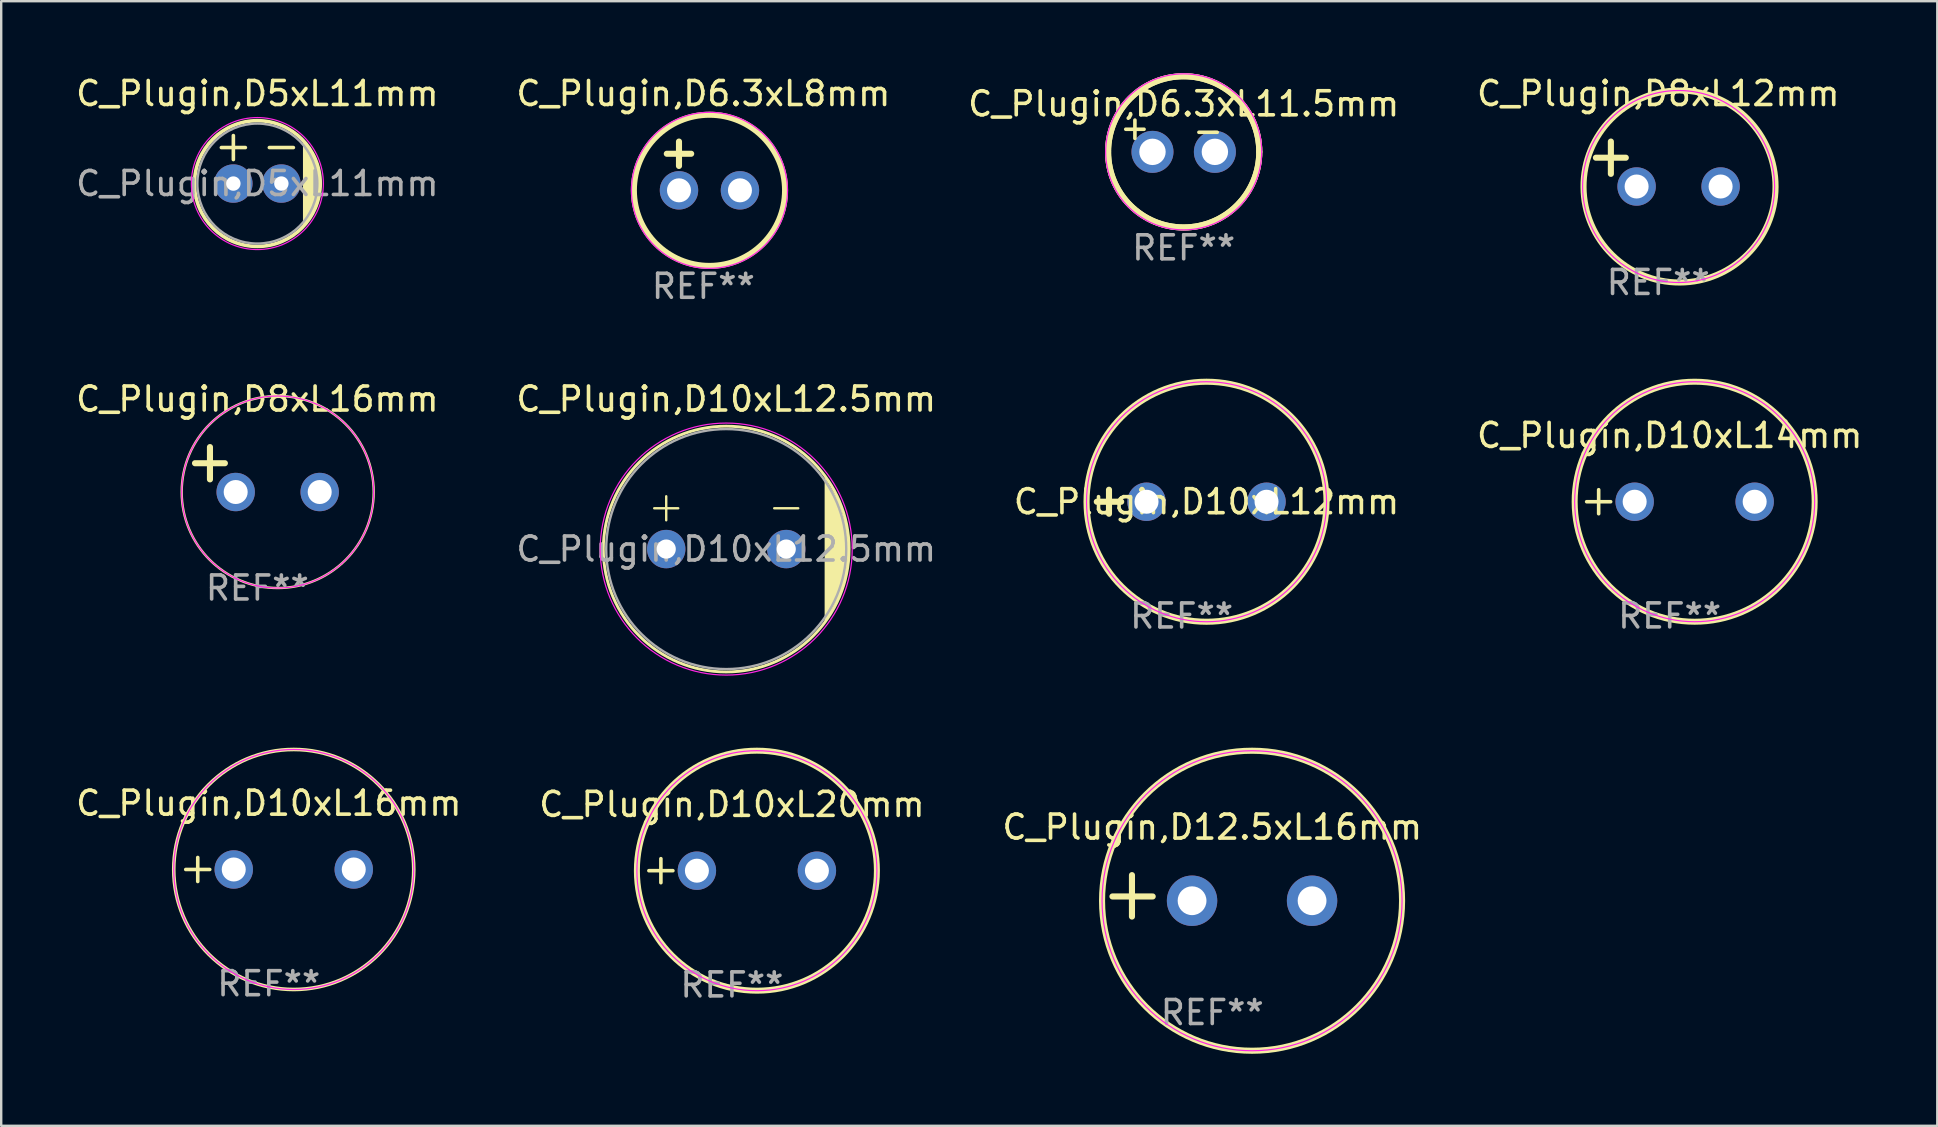
<source format=kicad_pcb>
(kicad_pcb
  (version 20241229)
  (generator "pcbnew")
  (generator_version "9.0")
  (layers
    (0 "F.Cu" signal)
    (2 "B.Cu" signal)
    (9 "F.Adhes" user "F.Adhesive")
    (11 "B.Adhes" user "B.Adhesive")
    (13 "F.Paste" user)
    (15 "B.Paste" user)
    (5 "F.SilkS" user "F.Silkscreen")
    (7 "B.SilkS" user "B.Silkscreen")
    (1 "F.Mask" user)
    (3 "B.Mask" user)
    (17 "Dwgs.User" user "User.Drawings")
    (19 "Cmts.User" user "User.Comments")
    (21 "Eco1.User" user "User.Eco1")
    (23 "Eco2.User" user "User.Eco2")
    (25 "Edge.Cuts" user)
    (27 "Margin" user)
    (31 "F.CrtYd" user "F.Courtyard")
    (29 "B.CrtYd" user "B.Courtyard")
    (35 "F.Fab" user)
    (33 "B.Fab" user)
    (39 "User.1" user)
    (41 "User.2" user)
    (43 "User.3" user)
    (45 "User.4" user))
  (footprint "C_Plugin,D12.5xL16mm"
    (layer "F.Cu")
    (at 49.117 34.479)
    (property "Reference" "C_Plugin,D12.5xL16mm" (at -1.658 -3.067 0) (layer "F.SilkS") (effects (font (size 1 1) (thickness 0.15))))
    (attr through_hole)
    (fp_line (start -5.004 0.66) (end -5.004 -1.067) (stroke (width 0.254) (type solid)) (layer "F.SilkS"))
    (fp_line (start -4.14 -0.178) (end -5.817 -0.178) (stroke (width 0.254) (type solid)) (layer "F.SilkS"))
    (fp_circle (center -0.000127 0) (end 6.25 0) (stroke (width 0.254) (type solid)) (fill no) (layer "F.SilkS"))
    (fp_circle (center 0 0) (end 0 -6.25) (stroke (width 0.05) (type default)) (fill no) (layer "F.CrtYd"))
    (fp_text user "REF**" (at -1.658 4.66 0) (layer "F.Fab") (effects (font (size 1 1) (thickness 0.15))))
    (pad "1" thru_hole circle (at -2.5 0) (size 2.1 2.1) (drill 1.2) (layers "*.Cu" "*.Mask"))
    (pad "2" thru_hole circle (at 2.5 0) (size 2.1 2.1) (drill 1.2) (layers "*.Cu" "*.Mask")))
  (footprint "C_Plugin,D6.3xL8mm"
    (layer "F.Cu")
    (at 26.51 4.88)
    (property "Reference" "C_Plugin,D6.3xL8mm" (at -0.254 -4.032 0) (layer "F.SilkS") (effects (font (size 1 1) (thickness 0.15))))
    (attr through_hole)
    (fp_line (start -1.778 -1.524) (end -0.762 -1.524) (stroke (width 0.254) (type solid)) (layer "F.SilkS"))
    (fp_line (start -1.27 -2.032) (end -1.27 -1.016) (stroke (width 0.254) (type solid)) (layer "F.SilkS"))
    (fp_circle (center 0 0) (end 3.15 0) (stroke (width 0.254) (type solid)) (fill no) (layer "F.SilkS"))
    (fp_circle (center 0 0) (end 0 -3.25) (stroke (width 0.05) (type default)) (fill no) (layer "F.CrtYd"))
    (fp_text user "REF**" (at -0.254 4 0) (layer "F.Fab") (effects (font (size 1 1) (thickness 0.15))))
    (pad "1" thru_hole circle (at -1.27 0) (size 1.6 1.6) (drill 1) (layers "*.Cu" "*.Mask"))
    (pad "2" thru_hole circle (at 1.27 0) (size 1.6 1.6) (drill 1) (layers "*.Cu" "*.Mask")))
  (footprint "C_Plugin,D5xL11mm"
    (layer "F.Cu")
    (at 6.673 4.598)
    (property "Reference" "C_Plugin,D5xL11mm" (at 1 -3.75 0) (layer "F.SilkS") (effects (font (size 1 1) (thickness 0.15))))
    (attr through_hole)
    (fp_line (start -0.5 -1.5) (end 0.5 -1.5) (stroke (width 0.15) (type default)) (layer "F.SilkS"))
    (fp_line (start 0 -2) (end 0 -1) (stroke (width 0.15) (type default)) (layer "F.SilkS"))
    (fp_line (start 1.5 -1.5) (end 2.5 -1.5) (stroke (width 0.15) (type default)) (layer "F.SilkS"))
    (fp_circle (center 1 0) (end 3.62 0) (stroke (width 0.15) (type solid)) (fill no) (layer "F.SilkS"))
    (fp_poly (pts (xy 2.9 -1.8) (xy 2.9 1.8) (xy 3.4 1.1) (xy 3.62 0) (xy 3.5 -0.8) (xy 3.2 -1.5)) (stroke (width 0) (type solid)) (fill yes) (layer "F.SilkS"))
    (fp_circle (center 1 0) (end 3.75 0) (stroke (width 0.05) (type solid)) (fill no) (layer "F.CrtYd"))
    (fp_circle (center 1 0) (end 3.5 0) (stroke (width 0.1) (type solid)) (fill no) (layer "F.Fab"))
    (fp_text user "${REFERENCE}" (at 1 0 0) (layer "F.Fab") (effects (font (size 1 1) (thickness 0.15))))
    (pad "1" thru_hole circle (at 0 0) (size 1.6 1.6) (drill 0.6) (layers "*.Cu" "*.Mask"))
    (pad "2" thru_hole circle (at 2 0) (size 1.6 1.6) (drill 0.6) (layers "*.Cu" "*.Mask")))
  (footprint "C_Plugin,D10xL16mm"
    (layer "F.Cu")
    (at 9.189 33.177)
    (property "Reference" "C_Plugin,D10xL16mm" (at -1.04 -2.76 0) (layer "F.SilkS") (effects (font (size 1 1) (thickness 0.15))))
    (attr through_hole)
    (fp_line (start -4.5 0) (end -3.5 0) (stroke (width 0.15) (type solid)) (layer "F.SilkS"))
    (fp_line (start -4 -0.5) (end -4 0.5) (stroke (width 0.15) (type solid)) (layer "F.SilkS"))
    (fp_circle (center 0 0) (end 5 0) (stroke (width 0.15) (type solid)) (fill no) (layer "F.SilkS"))
    (fp_circle (center 0 0) (end 0 -5) (stroke (width 0.05) (type default)) (fill no) (layer "F.CrtYd"))
    (fp_text user "REF**" (at -1.04 4.76 0) (layer "F.Fab") (effects (font (size 1 1) (thickness 0.15))))
    (pad "1" thru_hole circle (at -2.5 0) (size 1.6 1.6) (drill 1) (layers "*.Cu" "*.Mask"))
    (pad "2" thru_hole circle (at 2.5 0) (size 1.6 1.6) (drill 1) (layers "*.Cu" "*.Mask")))
  (footprint "C_Plugin,D8xL16mm"
    (layer "F.Cu")
    (at 8.52 17.45)
    (property "Reference" "C_Plugin,D8xL16mm" (at -0.847 -3.873 0) (layer "F.SilkS") (effects (font (size 1 1) (thickness 0.15))))
    (attr through_hole)
    (fp_line (start -2.822 -0.527) (end -2.822 -1.873) (stroke (width 0.254) (type solid)) (layer "F.SilkS"))
    (fp_line (start -2.2 -1.2) (end -3.445 -1.2) (stroke (width 0.254) (type solid)) (layer "F.SilkS"))
    (fp_circle (center 0 0) (end 0 -4) (stroke (width 0.1) (type default)) (fill no) (layer "F.SilkS"))
    (fp_circle (center 0 0) (end 0 -4) (stroke (width 0.05) (type default)) (fill no) (layer "F.CrtYd"))
    (fp_text user "REF**" (at -0.847 4 0) (layer "F.Fab") (effects (font (size 1 1) (thickness 0.15))))
    (pad "1" thru_hole circle (at -1.75 0) (size 1.6 1.6) (drill 1) (layers "*.Cu" "*.Mask"))
    (pad "2" thru_hole circle (at 1.75 0) (size 1.6 1.6) (drill 1) (layers "*.Cu" "*.Mask")))
  (footprint "C_Plugin,D10xL12.5mm"
    (layer "F.Cu")
    (at 24.708 19.827)
    (property "Reference" "C_Plugin,D10xL12.5mm" (at 2.5 -6.25 0) (layer "F.SilkS") (effects (font (size 1 1) (thickness 0.15))))
    (attr through_hole)
    (fp_line (start -0.5 -1.7) (end 0.5 -1.7) (stroke (width 0.1) (type default)) (layer "F.SilkS"))
    (fp_line (start 0 -2.2) (end 0 -1.2) (stroke (width 0.1) (type default)) (layer "F.SilkS"))
    (fp_line (start 4.5 -1.7) (end 5.5 -1.7) (stroke (width 0.1) (type default)) (layer "F.SilkS"))
    (fp_circle (center 2.5 0) (end 7.62 0) (stroke (width 0.12) (type solid)) (fill no) (layer "F.SilkS"))
    (fp_poly (pts (xy 6.6 -3) (xy 6.6 3.1) (xy 7.3 1.8) (xy 7.5 1) (xy 7.62 0) (xy 7.5 -1) (xy 7.2 -2)) (stroke (width 0) (type solid)) (fill yes) (layer "F.SilkS"))
    (fp_circle (center 2.5 0) (end 7.75 0) (stroke (width 0.05) (type solid)) (fill no) (layer "F.CrtYd"))
    (fp_circle (center 2.5 0) (end 7.5 0) (stroke (width 0.1) (type solid)) (fill no) (layer "F.Fab"))
    (fp_text user "${REFERENCE}" (at 2.5 0 0) (layer "F.Fab") (effects (font (size 1 1) (thickness 0.15))))
    (pad "1" thru_hole circle (at 0 0) (size 1.6 1.6) (drill 0.8) (layers "*.Cu" "*.Mask"))
    (pad "2" thru_hole circle (at 5 0) (size 1.6 1.6) (drill 0.8) (layers "*.Cu" "*.Mask")))
  (footprint "C_Plugin,D8xL12mm"
    (layer "F.Cu")
    (at 66.889 4.721)
    (property "Reference" "C_Plugin,D8xL12mm" (at -0.847 -3.873 0) (layer "F.SilkS") (effects (font (size 1 1) (thickness 0.15))))
    (attr through_hole)
    (fp_line (start -2.822 -0.527) (end -2.822 -1.873) (stroke (width 0.254) (type solid)) (layer "F.SilkS"))
    (fp_line (start -2.2 -1.2) (end -3.445 -1.2) (stroke (width 0.254) (type solid)) (layer "F.SilkS"))
    (fp_arc (start 0.073559 -4.000483) (mid 0.042437 3.999373) (end -0.006441 -4.000394) (stroke (width 0.254001) (type solid)) (layer "F.SilkS"))
    (fp_circle (center 0 0) (end 0 -4) (stroke (width 0.05) (type default)) (fill no) (layer "F.CrtYd"))
    (fp_text user "REF**" (at -0.847 4 0) (layer "F.Fab") (effects (font (size 1 1) (thickness 0.15))))
    (pad "1" thru_hole circle (at -1.75 0) (size 1.6 1.6) (drill 1) (layers "*.Cu" "*.Mask"))
    (pad "2" thru_hole circle (at 1.75 0) (size 1.6 1.6) (drill 1) (layers "*.Cu" "*.Mask")))
  (footprint "C_Plugin,D10xL14mm"
    (layer "F.Cu")
    (at 67.558 17.854)
    (property "Reference" "C_Plugin,D10xL14mm" (at -1.04 -2.76 0) (layer "F.SilkS") (effects (font (size 1 1) (thickness 0.15))))
    (attr through_hole)
    (fp_line (start -4.5 0) (end -3.5 0) (stroke (width 0.15) (type solid)) (layer "F.SilkS"))
    (fp_line (start -4 -0.5) (end -4 0.5) (stroke (width 0.15) (type solid)) (layer "F.SilkS"))
    (fp_circle (center 0 0) (end 5 0) (stroke (width 0.25) (type solid)) (fill no) (layer "F.SilkS"))
    (fp_circle (center 0 0) (end 0 -5) (stroke (width 0.05) (type default)) (fill no) (layer "F.CrtYd"))
    (fp_text user "REF**" (at -1.04 4.76 0) (layer "F.Fab") (effects (font (size 1 1) (thickness 0.15))))
    (pad "1" thru_hole circle (at -2.5 0) (size 1.6 1.6) (drill 1) (layers "*.Cu" "*.Mask"))
    (pad "2" thru_hole circle (at 2.5 0) (size 1.6 1.6) (drill 1) (layers "*.Cu" "*.Mask")))
  (footprint "C_Plugin,D6.3xL11.5mm"
    (layer "F.Cu")
    (at 46.268 3.277)
    (property "Reference" "C_Plugin,D6.3xL11.5mm" (at 0 -2 0) (layer "F.SilkS") (effects (font (size 1 1) (thickness 0.15))))
    (attr through_hole)
    (fp_arc (start -3.150114 0) (mid -0.000001 -3.150115) (end 3.150114 -0.000002) (stroke (width 0.254) (type solid)) (layer "F.SilkS"))
    (fp_arc (start 3.150114 0) (mid 0 3.150114) (end -3.150114 0) (stroke (width 0.254) (type solid)) (layer "F.SilkS"))
    (fp_circle (center 0 0) (end 3.15 0) (stroke (width 0.254) (type solid)) (fill no) (layer "F.SilkS"))
    (fp_circle (center 0 0) (end 0 -3.25) (stroke (width 0.05) (type default)) (fill no) (layer "F.CrtYd"))
    (fp_text user "+" (at -2.032 -1.016 0) (layer "F.SilkS") (effects (font (size 1 1) (thickness 0.15))))
    (fp_text user "-" (at 1.016 -0.889 0) (layer "F.SilkS") (effects (font (size 1 1) (thickness 0.15))))
    (fp_text user "REF**" (at 0 4 0) (layer "F.Fab") (effects (font (size 1 1) (thickness 0.15))))
    (pad "1" thru_hole circle (at -1.3 0) (size 1.75 1.75) (drill 1.1) (layers "*.Cu" "*.Mask"))
    (pad "2" thru_hole circle (at 1.3 0) (size 1.75 1.75) (drill 1.1) (layers "*.Cu" "*.Mask")))
  (footprint "C_Plugin,D10xL12mm"
    (layer "F.Cu")
    (at 47.22 17.855)
    (property "Reference" "C_Plugin,D10xL12mm" (at 0 0 0) (layer "F.SilkS") (effects (font (size 1 1) (thickness 0.15))))
    (attr through_hole)
    (fp_line (start -4.572 0) (end -3.556 0) (stroke (width 0.254) (type solid)) (layer "F.SilkS"))
    (fp_line (start -4.064 -0.5) (end -4.064 0.5) (stroke (width 0.254) (type solid)) (layer "F.SilkS"))
    (fp_circle (center 0 0) (end 5 0) (stroke (width 0.254) (type solid)) (fill no) (layer "F.SilkS"))
    (fp_circle (center 0 0) (end 0 -5) (stroke (width 0.05) (type default)) (fill no) (layer "F.CrtYd"))
    (fp_text user "REF**" (at -1.036 4.762 0) (layer "F.Fab") (effects (font (size 1 1) (thickness 0.15))))
    (pad "1" thru_hole circle (at -2.5 0) (size 1.6 1.6) (drill 1) (layers "*.Cu" "*.Mask"))
    (pad "2" thru_hole circle (at 2.5 0) (size 1.6 1.6) (drill 1) (layers "*.Cu" "*.Mask")))
  (footprint "C_Plugin,D10xL20mm"
    (layer "F.Cu")
    (at 28.486 33.227)
    (property "Reference" "C_Plugin,D10xL20mm" (at -1.04 -2.76 0) (layer "F.SilkS") (effects (font (size 1 1) (thickness 0.15))))
    (attr through_hole)
    (fp_line (start -4.5 0) (end -3.5 0) (stroke (width 0.15) (type solid)) (layer "F.SilkS"))
    (fp_line (start -4 -0.5) (end -4 0.5) (stroke (width 0.15) (type solid)) (layer "F.SilkS"))
    (fp_circle (center 0 0) (end 5 0) (stroke (width 0.25) (type solid)) (fill no) (layer "F.SilkS"))
    (fp_circle (center 0 0) (end 0 -5) (stroke (width 0.05) (type default)) (fill no) (layer "F.CrtYd"))
    (fp_text user "REF**" (at -1.04 4.76 0) (layer "F.Fab") (effects (font (size 1 1) (thickness 0.15))))
    (pad "1" thru_hole circle (at -2.5 0) (size 1.6 1.6) (drill 1) (layers "*.Cu" "*.Mask"))
    (pad "2" thru_hole circle (at 2.5 0) (size 1.6 1.6) (drill 1) (layers "*.Cu" "*.Mask")))
  (gr_rect
    (start -3 -3)
    (end 77.667 43.856)
    (stroke (width 0.1) (type default))
    (fill no)
    (layer "Edge.Cuts")))
</source>
